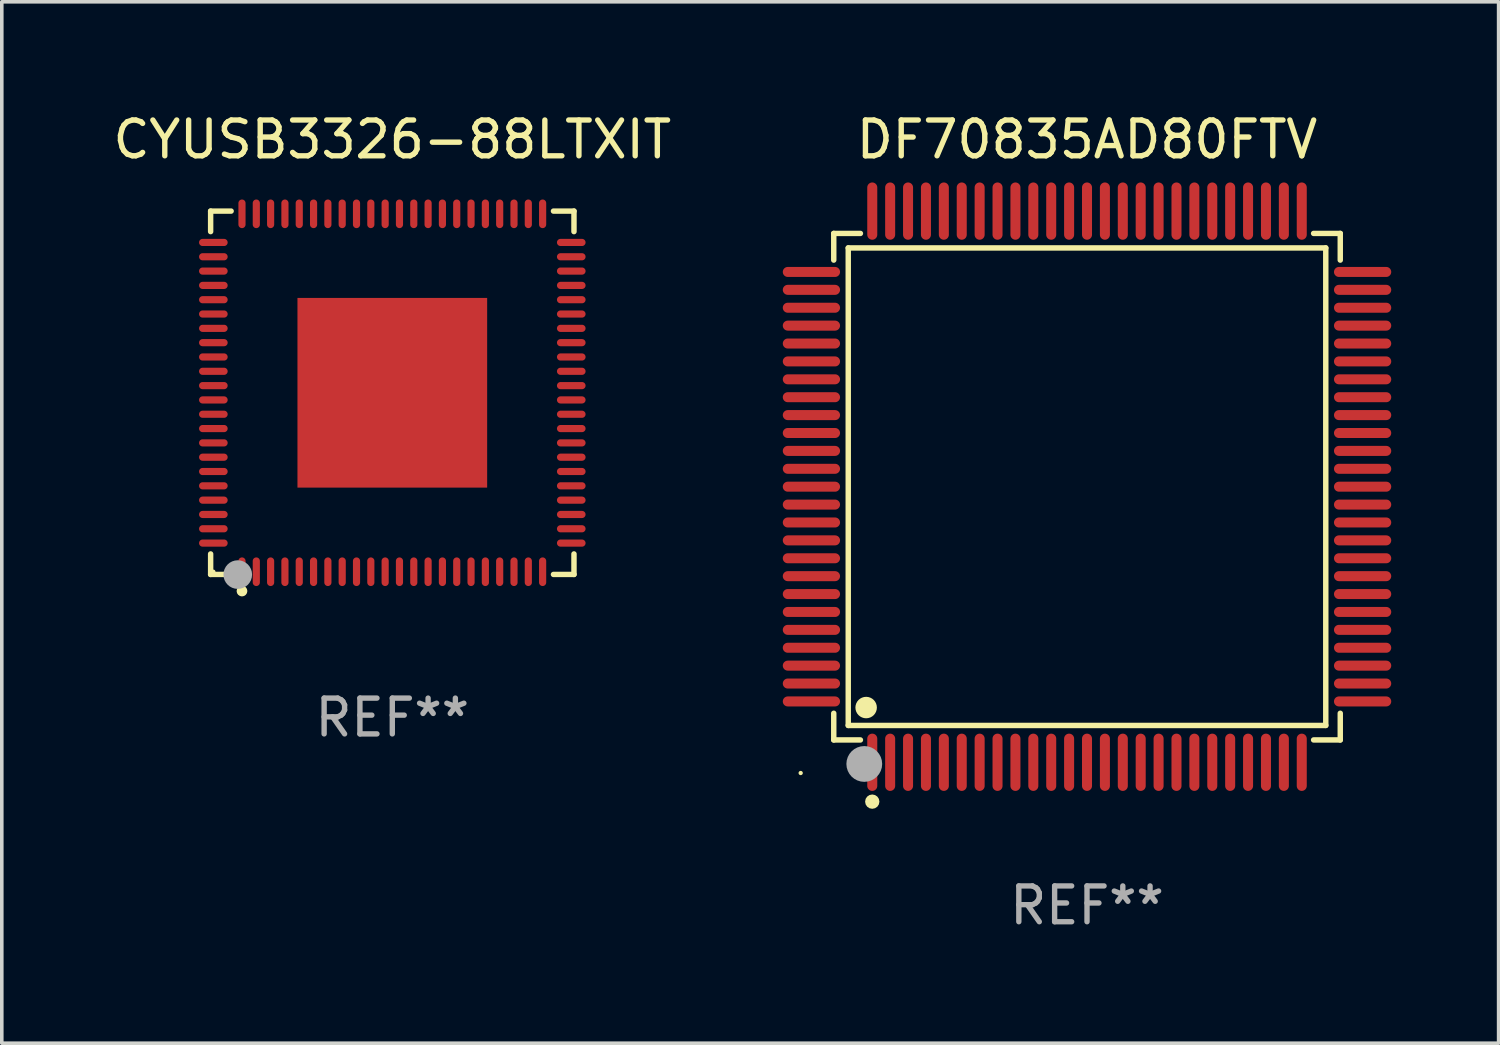
<source format=kicad_pcb>
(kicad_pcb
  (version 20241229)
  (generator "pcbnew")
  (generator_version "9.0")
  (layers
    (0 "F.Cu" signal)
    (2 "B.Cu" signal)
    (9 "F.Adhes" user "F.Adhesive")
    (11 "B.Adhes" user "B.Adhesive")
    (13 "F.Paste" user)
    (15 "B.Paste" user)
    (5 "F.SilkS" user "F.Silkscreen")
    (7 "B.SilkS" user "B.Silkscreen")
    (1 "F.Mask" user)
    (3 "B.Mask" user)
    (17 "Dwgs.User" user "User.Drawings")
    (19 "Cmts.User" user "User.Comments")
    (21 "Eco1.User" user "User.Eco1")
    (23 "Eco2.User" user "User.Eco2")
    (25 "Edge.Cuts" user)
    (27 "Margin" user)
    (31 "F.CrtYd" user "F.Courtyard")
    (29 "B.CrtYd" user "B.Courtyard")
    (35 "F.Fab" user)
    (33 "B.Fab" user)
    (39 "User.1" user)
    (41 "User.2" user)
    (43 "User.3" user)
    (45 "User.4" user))
  (footprint "DF70835AD80FTV"
    (layer "F.Cu")
    (at 27.321 10.548)
    (property "Reference" "DF70835AD80FTV" (at 0 -9.7 0) (layer "F.SilkS") (effects (font (size 1 1) (thickness 0.15))))
    (attr through_hole)
    (fp_line (start -7.076 -7.076) (end -6.331 -7.076) (stroke (width 0.152) (type solid)) (layer "F.SilkS"))
    (fp_line (start -7.076 -6.331) (end -7.076 -7.076) (stroke (width 0.152) (type solid)) (layer "F.SilkS"))
    (fp_line (start -7.076 6.331) (end -7.076 7.076) (stroke (width 0.152) (type solid)) (layer "F.SilkS"))
    (fp_line (start -7.076 7.076) (end -6.331 7.076) (stroke (width 0.152) (type solid)) (layer "F.SilkS"))
    (fp_line (start -6.671 -6.671) (end 6.671 -6.671) (stroke (width 0.152) (type solid)) (layer "F.SilkS"))
    (fp_line (start -6.671 6.671) (end -6.671 -6.671) (stroke (width 0.152) (type solid)) (layer "F.SilkS"))
    (fp_line (start 6.671 -6.671) (end 6.671 6.671) (stroke (width 0.152) (type solid)) (layer "F.SilkS"))
    (fp_line (start 6.671 6.671) (end -6.671 6.671) (stroke (width 0.152) (type solid)) (layer "F.SilkS"))
    (fp_line (start 7.076 -7.076) (end 6.331 -7.076) (stroke (width 0.152) (type solid)) (layer "F.SilkS"))
    (fp_line (start 7.076 -6.331) (end 7.076 -7.076) (stroke (width 0.152) (type solid)) (layer "F.SilkS"))
    (fp_line (start 7.076 6.331) (end 7.076 7.076) (stroke (width 0.152) (type solid)) (layer "F.SilkS"))
    (fp_line (start 7.076 7.076) (end 6.331 7.076) (stroke (width 0.152) (type solid)) (layer "F.SilkS"))
    (fp_circle (center -8 8) (end -7.97 8) (stroke (width 0.06) (type solid)) (fill no) (layer "F.SilkS"))
    (fp_circle (center -6.171 6.171) (end -6.021 6.171) (stroke (width 0.3) (type solid)) (fill no) (layer "F.SilkS"))
    (fp_circle (center -6 8.8) (end -5.9 8.8) (stroke (width 0.2) (type solid)) (fill no) (layer "F.SilkS"))
    (fp_circle (center -6.223 7.747) (end -5.973 7.747) (stroke (width 0.5) (type solid)) (fill no) (layer "F.Fab"))
    (fp_text user "REF**" (at 0 11.7 0) (layer "F.Fab") (effects (font (size 1 1) (thickness 0.15))))
    (pad "1" smd oval (at -6 7.7) (size 0.28 1.6) (layers "F.Cu" "F.Mask" "F.Paste"))
    (pad "2" smd oval (at -5.5 7.7) (size 0.28 1.6) (layers "F.Cu" "F.Mask" "F.Paste"))
    (pad "3" smd oval (at -5 7.7) (size 0.28 1.6) (layers "F.Cu" "F.Mask" "F.Paste"))
    (pad "4" smd oval (at -4.5 7.7) (size 0.28 1.6) (layers "F.Cu" "F.Mask" "F.Paste"))
    (pad "5" smd oval (at -4 7.7) (size 0.28 1.6) (layers "F.Cu" "F.Mask" "F.Paste"))
    (pad "6" smd oval (at -3.5 7.7) (size 0.28 1.6) (layers "F.Cu" "F.Mask" "F.Paste"))
    (pad "7" smd oval (at -3 7.7) (size 0.28 1.6) (layers "F.Cu" "F.Mask" "F.Paste"))
    (pad "8" smd oval (at -2.5 7.7) (size 0.28 1.6) (layers "F.Cu" "F.Mask" "F.Paste"))
    (pad "9" smd oval (at -2 7.7) (size 0.28 1.6) (layers "F.Cu" "F.Mask" "F.Paste"))
    (pad "10" smd oval (at -1.5 7.7) (size 0.28 1.6) (layers "F.Cu" "F.Mask" "F.Paste"))
    (pad "11" smd oval (at -1 7.7) (size 0.28 1.6) (layers "F.Cu" "F.Mask" "F.Paste"))
    (pad "12" smd oval (at -0.5 7.7) (size 0.28 1.6) (layers "F.Cu" "F.Mask" "F.Paste"))
    (pad "13" smd oval (at 0 7.7) (size 0.28 1.6) (layers "F.Cu" "F.Mask" "F.Paste"))
    (pad "14" smd oval (at 0.5 7.7) (size 0.28 1.6) (layers "F.Cu" "F.Mask" "F.Paste"))
    (pad "15" smd oval (at 1 7.7) (size 0.28 1.6) (layers "F.Cu" "F.Mask" "F.Paste"))
    (pad "16" smd oval (at 1.5 7.7) (size 0.28 1.6) (layers "F.Cu" "F.Mask" "F.Paste"))
    (pad "17" smd oval (at 2 7.7) (size 0.28 1.6) (layers "F.Cu" "F.Mask" "F.Paste"))
    (pad "18" smd oval (at 2.5 7.7) (size 0.28 1.6) (layers "F.Cu" "F.Mask" "F.Paste"))
    (pad "19" smd oval (at 3 7.7) (size 0.28 1.6) (layers "F.Cu" "F.Mask" "F.Paste"))
    (pad "20" smd oval (at 3.5 7.7) (size 0.28 1.6) (layers "F.Cu" "F.Mask" "F.Paste"))
    (pad "21" smd oval (at 4 7.7) (size 0.28 1.6) (layers "F.Cu" "F.Mask" "F.Paste"))
    (pad "22" smd oval (at 4.5 7.7) (size 0.28 1.6) (layers "F.Cu" "F.Mask" "F.Paste"))
    (pad "23" smd oval (at 5 7.7) (size 0.28 1.6) (layers "F.Cu" "F.Mask" "F.Paste"))
    (pad "24" smd oval (at 5.5 7.7) (size 0.28 1.6) (layers "F.Cu" "F.Mask" "F.Paste"))
    (pad "25" smd oval (at 6 7.7) (size 0.28 1.6) (layers "F.Cu" "F.Mask" "F.Paste"))
    (pad "26" smd oval (at 7.7 6) (size 1.6 0.28) (layers "F.Cu" "F.Mask" "F.Paste"))
    (pad "27" smd oval (at 7.7 5.5) (size 1.6 0.28) (layers "F.Cu" "F.Mask" "F.Paste"))
    (pad "28" smd oval (at 7.7 5) (size 1.6 0.28) (layers "F.Cu" "F.Mask" "F.Paste"))
    (pad "29" smd oval (at 7.7 4.5) (size 1.6 0.28) (layers "F.Cu" "F.Mask" "F.Paste"))
    (pad "30" smd oval (at 7.7 4) (size 1.6 0.28) (layers "F.Cu" "F.Mask" "F.Paste"))
    (pad "31" smd oval (at 7.7 3.5) (size 1.6 0.28) (layers "F.Cu" "F.Mask" "F.Paste"))
    (pad "32" smd oval (at 7.7 3) (size 1.6 0.28) (layers "F.Cu" "F.Mask" "F.Paste"))
    (pad "33" smd oval (at 7.7 2.5) (size 1.6 0.28) (layers "F.Cu" "F.Mask" "F.Paste"))
    (pad "34" smd oval (at 7.7 2) (size 1.6 0.28) (layers "F.Cu" "F.Mask" "F.Paste"))
    (pad "35" smd oval (at 7.7 1.5) (size 1.6 0.28) (layers "F.Cu" "F.Mask" "F.Paste"))
    (pad "36" smd oval (at 7.7 1) (size 1.6 0.28) (layers "F.Cu" "F.Mask" "F.Paste"))
    (pad "37" smd oval (at 7.7 0.5) (size 1.6 0.28) (layers "F.Cu" "F.Mask" "F.Paste"))
    (pad "38" smd oval (at 7.7 0) (size 1.6 0.28) (layers "F.Cu" "F.Mask" "F.Paste"))
    (pad "39" smd oval (at 7.7 -0.5) (size 1.6 0.28) (layers "F.Cu" "F.Mask" "F.Paste"))
    (pad "40" smd oval (at 7.7 -1) (size 1.6 0.28) (layers "F.Cu" "F.Mask" "F.Paste"))
    (pad "41" smd oval (at 7.7 -1.5) (size 1.6 0.28) (layers "F.Cu" "F.Mask" "F.Paste"))
    (pad "42" smd oval (at 7.7 -2) (size 1.6 0.28) (layers "F.Cu" "F.Mask" "F.Paste"))
    (pad "43" smd oval (at 7.7 -2.5) (size 1.6 0.28) (layers "F.Cu" "F.Mask" "F.Paste"))
    (pad "44" smd oval (at 7.7 -3) (size 1.6 0.28) (layers "F.Cu" "F.Mask" "F.Paste"))
    (pad "45" smd oval (at 7.7 -3.5) (size 1.6 0.28) (layers "F.Cu" "F.Mask" "F.Paste"))
    (pad "46" smd oval (at 7.7 -4) (size 1.6 0.28) (layers "F.Cu" "F.Mask" "F.Paste"))
    (pad "47" smd oval (at 7.7 -4.5) (size 1.6 0.28) (layers "F.Cu" "F.Mask" "F.Paste"))
    (pad "48" smd oval (at 7.7 -5) (size 1.6 0.28) (layers "F.Cu" "F.Mask" "F.Paste"))
    (pad "49" smd oval (at 7.7 -5.5) (size 1.6 0.28) (layers "F.Cu" "F.Mask" "F.Paste"))
    (pad "50" smd oval (at 7.7 -6) (size 1.6 0.28) (layers "F.Cu" "F.Mask" "F.Paste"))
    (pad "51" smd oval (at 6 -7.7) (size 0.28 1.6) (layers "F.Cu" "F.Mask" "F.Paste"))
    (pad "52" smd oval (at 5.5 -7.7) (size 0.28 1.6) (layers "F.Cu" "F.Mask" "F.Paste"))
    (pad "53" smd oval (at 5 -7.7) (size 0.28 1.6) (layers "F.Cu" "F.Mask" "F.Paste"))
    (pad "54" smd oval (at 4.5 -7.7) (size 0.28 1.6) (layers "F.Cu" "F.Mask" "F.Paste"))
    (pad "55" smd oval (at 4 -7.7) (size 0.28 1.6) (layers "F.Cu" "F.Mask" "F.Paste"))
    (pad "56" smd oval (at 3.5 -7.7) (size 0.28 1.6) (layers "F.Cu" "F.Mask" "F.Paste"))
    (pad "57" smd oval (at 3 -7.7) (size 0.28 1.6) (layers "F.Cu" "F.Mask" "F.Paste"))
    (pad "58" smd oval (at 2.5 -7.7) (size 0.28 1.6) (layers "F.Cu" "F.Mask" "F.Paste"))
    (pad "59" smd oval (at 2 -7.7) (size 0.28 1.6) (layers "F.Cu" "F.Mask" "F.Paste"))
    (pad "60" smd oval (at 1.5 -7.7) (size 0.28 1.6) (layers "F.Cu" "F.Mask" "F.Paste"))
    (pad "61" smd oval (at 1 -7.7) (size 0.28 1.6) (layers "F.Cu" "F.Mask" "F.Paste"))
    (pad "62" smd oval (at 0.5 -7.7) (size 0.28 1.6) (layers "F.Cu" "F.Mask" "F.Paste"))
    (pad "63" smd oval (at 0 -7.7) (size 0.28 1.6) (layers "F.Cu" "F.Mask" "F.Paste"))
    (pad "64" smd oval (at -0.5 -7.7) (size 0.28 1.6) (layers "F.Cu" "F.Mask" "F.Paste"))
    (pad "65" smd oval (at -1 -7.7) (size 0.28 1.6) (layers "F.Cu" "F.Mask" "F.Paste"))
    (pad "66" smd oval (at -1.5 -7.7) (size 0.28 1.6) (layers "F.Cu" "F.Mask" "F.Paste"))
    (pad "67" smd oval (at -2 -7.7) (size 0.28 1.6) (layers "F.Cu" "F.Mask" "F.Paste"))
    (pad "68" smd oval (at -2.5 -7.7) (size 0.28 1.6) (layers "F.Cu" "F.Mask" "F.Paste"))
    (pad "69" smd oval (at -3 -7.7) (size 0.28 1.6) (layers "F.Cu" "F.Mask" "F.Paste"))
    (pad "70" smd oval (at -3.5 -7.7) (size 0.28 1.6) (layers "F.Cu" "F.Mask" "F.Paste"))
    (pad "71" smd oval (at -4 -7.7) (size 0.28 1.6) (layers "F.Cu" "F.Mask" "F.Paste"))
    (pad "72" smd oval (at -4.5 -7.7) (size 0.28 1.6) (layers "F.Cu" "F.Mask" "F.Paste"))
    (pad "73" smd oval (at -5 -7.7) (size 0.28 1.6) (layers "F.Cu" "F.Mask" "F.Paste"))
    (pad "74" smd oval (at -5.5 -7.7) (size 0.28 1.6) (layers "F.Cu" "F.Mask" "F.Paste"))
    (pad "75" smd oval (at -6 -7.7) (size 0.28 1.6) (layers "F.Cu" "F.Mask" "F.Paste"))
    (pad "76" smd oval (at -7.7 -6) (size 1.6 0.28) (layers "F.Cu" "F.Mask" "F.Paste"))
    (pad "77" smd oval (at -7.7 -5.5) (size 1.6 0.28) (layers "F.Cu" "F.Mask" "F.Paste"))
    (pad "78" smd oval (at -7.7 -5) (size 1.6 0.28) (layers "F.Cu" "F.Mask" "F.Paste"))
    (pad "79" smd oval (at -7.7 -4.5) (size 1.6 0.28) (layers "F.Cu" "F.Mask" "F.Paste"))
    (pad "80" smd oval (at -7.7 -4) (size 1.6 0.28) (layers "F.Cu" "F.Mask" "F.Paste"))
    (pad "81" smd oval (at -7.7 -3.5) (size 1.6 0.28) (layers "F.Cu" "F.Mask" "F.Paste"))
    (pad "82" smd oval (at -7.7 -3) (size 1.6 0.28) (layers "F.Cu" "F.Mask" "F.Paste"))
    (pad "83" smd oval (at -7.7 -2.5) (size 1.6 0.28) (layers "F.Cu" "F.Mask" "F.Paste"))
    (pad "84" smd oval (at -7.7 -2) (size 1.6 0.28) (layers "F.Cu" "F.Mask" "F.Paste"))
    (pad "85" smd oval (at -7.7 -1.5) (size 1.6 0.28) (layers "F.Cu" "F.Mask" "F.Paste"))
    (pad "86" smd oval (at -7.7 -1) (size 1.6 0.28) (layers "F.Cu" "F.Mask" "F.Paste"))
    (pad "87" smd oval (at -7.7 -0.5) (size 1.6 0.28) (layers "F.Cu" "F.Mask" "F.Paste"))
    (pad "88" smd oval (at -7.7 0) (size 1.6 0.28) (layers "F.Cu" "F.Mask" "F.Paste"))
    (pad "89" smd oval (at -7.7 0.5) (size 1.6 0.28) (layers "F.Cu" "F.Mask" "F.Paste"))
    (pad "90" smd oval (at -7.7 1) (size 1.6 0.28) (layers "F.Cu" "F.Mask" "F.Paste"))
    (pad "91" smd oval (at -7.7 1.5) (size 1.6 0.28) (layers "F.Cu" "F.Mask" "F.Paste"))
    (pad "92" smd oval (at -7.7 2) (size 1.6 0.28) (layers "F.Cu" "F.Mask" "F.Paste"))
    (pad "93" smd oval (at -7.7 2.5) (size 1.6 0.28) (layers "F.Cu" "F.Mask" "F.Paste"))
    (pad "94" smd oval (at -7.7 3) (size 1.6 0.28) (layers "F.Cu" "F.Mask" "F.Paste"))
    (pad "95" smd oval (at -7.7 3.5) (size 1.6 0.28) (layers "F.Cu" "F.Mask" "F.Paste"))
    (pad "96" smd oval (at -7.7 4) (size 1.6 0.28) (layers "F.Cu" "F.Mask" "F.Paste"))
    (pad "97" smd oval (at -7.7 4.5) (size 1.6 0.28) (layers "F.Cu" "F.Mask" "F.Paste"))
    (pad "98" smd oval (at -7.7 5) (size 1.6 0.28) (layers "F.Cu" "F.Mask" "F.Paste"))
    (pad "99" smd oval (at -7.7 5.5) (size 1.6 0.28) (layers "F.Cu" "F.Mask" "F.Paste"))
    (pad "100" smd oval (at -7.7 6) (size 1.6 0.28) (layers "F.Cu" "F.Mask" "F.Paste")))
  (footprint "CYUSB3326-88LTXIT"
    (layer "F.Cu")
    (at 7.911 7.924)
    (property "Reference" "CYUSB3326-88LTXIT" (at 0 -7.076 0) (layer "F.SilkS") (effects (font (size 1 1) (thickness 0.15))))
    (attr through_hole)
    (fp_line (start -5.076 -5.076) (end -4.503 -5.076) (stroke (width 0.152) (type solid)) (layer "F.SilkS"))
    (fp_line (start -5.076 -4.503) (end -5.076 -5.076) (stroke (width 0.152) (type solid)) (layer "F.SilkS"))
    (fp_line (start -5.076 4.503) (end -5.076 5.076) (stroke (width 0.152) (type solid)) (layer "F.SilkS"))
    (fp_line (start -5.076 5.076) (end -4.503 5.076) (stroke (width 0.152) (type solid)) (layer "F.SilkS"))
    (fp_line (start 5.076 -5.076) (end 4.503 -5.076) (stroke (width 0.152) (type solid)) (layer "F.SilkS"))
    (fp_line (start 5.076 -4.503) (end 5.076 -5.076) (stroke (width 0.152) (type solid)) (layer "F.SilkS"))
    (fp_line (start 5.076 4.503) (end 5.076 5.076) (stroke (width 0.152) (type solid)) (layer "F.SilkS"))
    (fp_line (start 5.076 5.076) (end 4.503 5.076) (stroke (width 0.152) (type solid)) (layer "F.SilkS"))
    (fp_circle (center -5 5) (end -4.97 5) (stroke (width 0.06) (type solid)) (fill no) (layer "F.SilkS"))
    (fp_circle (center -4.2 5.54) (end -4.125 5.54) (stroke (width 0.15) (type solid)) (fill no) (layer "F.SilkS"))
    (fp_circle (center -4.318 5.08) (end -4.118 5.08) (stroke (width 0.4) (type solid)) (fill no) (layer "F.Fab"))
    (fp_text user "REF**" (at 0 9.076 0) (layer "F.Fab") (effects (font (size 1 1) (thickness 0.15))))
    (pad "1" smd oval (at -4.2 5) (size 0.2 0.8) (layers "F.Cu" "F.Mask" "F.Paste"))
    (pad "2" smd oval (at -3.8 5) (size 0.2 0.8) (layers "F.Cu" "F.Mask" "F.Paste"))
    (pad "3" smd oval (at -3.4 5) (size 0.2 0.8) (layers "F.Cu" "F.Mask" "F.Paste"))
    (pad "4" smd oval (at -3 5) (size 0.2 0.8) (layers "F.Cu" "F.Mask" "F.Paste"))
    (pad "5" smd oval (at -2.6 5) (size 0.2 0.8) (layers "F.Cu" "F.Mask" "F.Paste"))
    (pad "6" smd oval (at -2.2 5) (size 0.2 0.8) (layers "F.Cu" "F.Mask" "F.Paste"))
    (pad "7" smd oval (at -1.8 5) (size 0.2 0.8) (layers "F.Cu" "F.Mask" "F.Paste"))
    (pad "8" smd oval (at -1.4 5) (size 0.2 0.8) (layers "F.Cu" "F.Mask" "F.Paste"))
    (pad "9" smd oval (at -1 5) (size 0.2 0.8) (layers "F.Cu" "F.Mask" "F.Paste"))
    (pad "10" smd oval (at -0.6 5) (size 0.2 0.8) (layers "F.Cu" "F.Mask" "F.Paste"))
    (pad "11" smd oval (at -0.2 5) (size 0.2 0.8) (layers "F.Cu" "F.Mask" "F.Paste"))
    (pad "12" smd oval (at 0.2 5) (size 0.2 0.8) (layers "F.Cu" "F.Mask" "F.Paste"))
    (pad "13" smd oval (at 0.6 5) (size 0.2 0.8) (layers "F.Cu" "F.Mask" "F.Paste"))
    (pad "14" smd oval (at 1 5) (size 0.2 0.8) (layers "F.Cu" "F.Mask" "F.Paste"))
    (pad "15" smd oval (at 1.4 5) (size 0.2 0.8) (layers "F.Cu" "F.Mask" "F.Paste"))
    (pad "16" smd oval (at 1.8 5) (size 0.2 0.8) (layers "F.Cu" "F.Mask" "F.Paste"))
    (pad "17" smd oval (at 2.2 5) (size 0.2 0.8) (layers "F.Cu" "F.Mask" "F.Paste"))
    (pad "18" smd oval (at 2.6 5) (size 0.2 0.8) (layers "F.Cu" "F.Mask" "F.Paste"))
    (pad "19" smd oval (at 3 5) (size 0.2 0.8) (layers "F.Cu" "F.Mask" "F.Paste"))
    (pad "20" smd oval (at 3.4 5) (size 0.2 0.8) (layers "F.Cu" "F.Mask" "F.Paste"))
    (pad "21" smd oval (at 3.8 5) (size 0.2 0.8) (layers "F.Cu" "F.Mask" "F.Paste"))
    (pad "22" smd oval (at 4.2 5) (size 0.2 0.8) (layers "F.Cu" "F.Mask" "F.Paste"))
    (pad "23" smd oval (at 5 4.2) (size 0.8 0.2) (layers "F.Cu" "F.Mask" "F.Paste"))
    (pad "24" smd oval (at 5 3.8) (size 0.8 0.2) (layers "F.Cu" "F.Mask" "F.Paste"))
    (pad "25" smd oval (at 5 3.4) (size 0.8 0.2) (layers "F.Cu" "F.Mask" "F.Paste"))
    (pad "26" smd oval (at 5 3) (size 0.8 0.2) (layers "F.Cu" "F.Mask" "F.Paste"))
    (pad "27" smd oval (at 5 2.6) (size 0.8 0.2) (layers "F.Cu" "F.Mask" "F.Paste"))
    (pad "28" smd oval (at 5 2.2) (size 0.8 0.2) (layers "F.Cu" "F.Mask" "F.Paste"))
    (pad "29" smd oval (at 5 1.8) (size 0.8 0.2) (layers "F.Cu" "F.Mask" "F.Paste"))
    (pad "30" smd oval (at 5 1.4) (size 0.8 0.2) (layers "F.Cu" "F.Mask" "F.Paste"))
    (pad "31" smd oval (at 5 1) (size 0.8 0.2) (layers "F.Cu" "F.Mask" "F.Paste"))
    (pad "32" smd oval (at 5 0.6) (size 0.8 0.2) (layers "F.Cu" "F.Mask" "F.Paste"))
    (pad "33" smd oval (at 5 0.2) (size 0.8 0.2) (layers "F.Cu" "F.Mask" "F.Paste"))
    (pad "34" smd oval (at 5 -0.2) (size 0.8 0.2) (layers "F.Cu" "F.Mask" "F.Paste"))
    (pad "35" smd oval (at 5 -0.6) (size 0.8 0.2) (layers "F.Cu" "F.Mask" "F.Paste"))
    (pad "36" smd oval (at 5 -1) (size 0.8 0.2) (layers "F.Cu" "F.Mask" "F.Paste"))
    (pad "37" smd oval (at 5 -1.4) (size 0.8 0.2) (layers "F.Cu" "F.Mask" "F.Paste"))
    (pad "38" smd oval (at 5 -1.8) (size 0.8 0.2) (layers "F.Cu" "F.Mask" "F.Paste"))
    (pad "39" smd oval (at 5 -2.2) (size 0.8 0.2) (layers "F.Cu" "F.Mask" "F.Paste"))
    (pad "40" smd oval (at 5 -2.6) (size 0.8 0.2) (layers "F.Cu" "F.Mask" "F.Paste"))
    (pad "41" smd oval (at 5 -3) (size 0.8 0.2) (layers "F.Cu" "F.Mask" "F.Paste"))
    (pad "42" smd oval (at 5 -3.4) (size 0.8 0.2) (layers "F.Cu" "F.Mask" "F.Paste"))
    (pad "43" smd oval (at 5 -3.8) (size 0.8 0.2) (layers "F.Cu" "F.Mask" "F.Paste"))
    (pad "44" smd oval (at 5 -4.2) (size 0.8 0.2) (layers "F.Cu" "F.Mask" "F.Paste"))
    (pad "45" smd oval (at 4.2 -5) (size 0.2 0.8) (layers "F.Cu" "F.Mask" "F.Paste"))
    (pad "46" smd oval (at 3.8 -5) (size 0.2 0.8) (layers "F.Cu" "F.Mask" "F.Paste"))
    (pad "47" smd oval (at 3.4 -5) (size 0.2 0.8) (layers "F.Cu" "F.Mask" "F.Paste"))
    (pad "48" smd oval (at 3 -5) (size 0.2 0.8) (layers "F.Cu" "F.Mask" "F.Paste"))
    (pad "49" smd oval (at 2.6 -5) (size 0.2 0.8) (layers "F.Cu" "F.Mask" "F.Paste"))
    (pad "50" smd oval (at 2.2 -5) (size 0.2 0.8) (layers "F.Cu" "F.Mask" "F.Paste"))
    (pad "51" smd oval (at 1.8 -5) (size 0.2 0.8) (layers "F.Cu" "F.Mask" "F.Paste"))
    (pad "52" smd oval (at 1.4 -5) (size 0.2 0.8) (layers "F.Cu" "F.Mask" "F.Paste"))
    (pad "53" smd oval (at 1 -5) (size 0.2 0.8) (layers "F.Cu" "F.Mask" "F.Paste"))
    (pad "54" smd oval (at 0.6 -5) (size 0.2 0.8) (layers "F.Cu" "F.Mask" "F.Paste"))
    (pad "55" smd oval (at 0.2 -5) (size 0.2 0.8) (layers "F.Cu" "F.Mask" "F.Paste"))
    (pad "56" smd oval (at -0.2 -5) (size 0.2 0.8) (layers "F.Cu" "F.Mask" "F.Paste"))
    (pad "57" smd oval (at -0.6 -5) (size 0.2 0.8) (layers "F.Cu" "F.Mask" "F.Paste"))
    (pad "58" smd oval (at -1 -5) (size 0.2 0.8) (layers "F.Cu" "F.Mask" "F.Paste"))
    (pad "59" smd oval (at -1.4 -5) (size 0.2 0.8) (layers "F.Cu" "F.Mask" "F.Paste"))
    (pad "60" smd oval (at -1.8 -5) (size 0.2 0.8) (layers "F.Cu" "F.Mask" "F.Paste"))
    (pad "61" smd oval (at -2.2 -5) (size 0.2 0.8) (layers "F.Cu" "F.Mask" "F.Paste"))
    (pad "62" smd oval (at -2.6 -5) (size 0.2 0.8) (layers "F.Cu" "F.Mask" "F.Paste"))
    (pad "63" smd oval (at -3 -5) (size 0.2 0.8) (layers "F.Cu" "F.Mask" "F.Paste"))
    (pad "64" smd oval (at -3.4 -5) (size 0.2 0.8) (layers "F.Cu" "F.Mask" "F.Paste"))
    (pad "65" smd oval (at -3.8 -5) (size 0.2 0.8) (layers "F.Cu" "F.Mask" "F.Paste"))
    (pad "66" smd oval (at -4.2 -5) (size 0.2 0.8) (layers "F.Cu" "F.Mask" "F.Paste"))
    (pad "67" smd oval (at -5 -4.2) (size 0.8 0.2) (layers "F.Cu" "F.Mask" "F.Paste"))
    (pad "68" smd oval (at -5 -3.8) (size 0.8 0.2) (layers "F.Cu" "F.Mask" "F.Paste"))
    (pad "69" smd oval (at -5 -3.4) (size 0.8 0.2) (layers "F.Cu" "F.Mask" "F.Paste"))
    (pad "70" smd oval (at -5 -3) (size 0.8 0.2) (layers "F.Cu" "F.Mask" "F.Paste"))
    (pad "71" smd oval (at -5 -2.6) (size 0.8 0.2) (layers "F.Cu" "F.Mask" "F.Paste"))
    (pad "72" smd oval (at -5 -2.2) (size 0.8 0.2) (layers "F.Cu" "F.Mask" "F.Paste"))
    (pad "73" smd oval (at -5 -1.8) (size 0.8 0.2) (layers "F.Cu" "F.Mask" "F.Paste"))
    (pad "74" smd oval (at -5 -1.4) (size 0.8 0.2) (layers "F.Cu" "F.Mask" "F.Paste"))
    (pad "75" smd oval (at -5 -1) (size 0.8 0.2) (layers "F.Cu" "F.Mask" "F.Paste"))
    (pad "76" smd oval (at -5 -0.6) (size 0.8 0.2) (layers "F.Cu" "F.Mask" "F.Paste"))
    (pad "77" smd oval (at -5 -0.2) (size 0.8 0.2) (layers "F.Cu" "F.Mask" "F.Paste"))
    (pad "78" smd oval (at -5 0.2) (size 0.8 0.2) (layers "F.Cu" "F.Mask" "F.Paste"))
    (pad "79" smd oval (at -5 0.6) (size 0.8 0.2) (layers "F.Cu" "F.Mask" "F.Paste"))
    (pad "80" smd oval (at -5 1) (size 0.8 0.2) (layers "F.Cu" "F.Mask" "F.Paste"))
    (pad "81" smd oval (at -5 1.4) (size 0.8 0.2) (layers "F.Cu" "F.Mask" "F.Paste"))
    (pad "82" smd oval (at -5 1.8) (size 0.8 0.2) (layers "F.Cu" "F.Mask" "F.Paste"))
    (pad "83" smd oval (at -5 2.2) (size 0.8 0.2) (layers "F.Cu" "F.Mask" "F.Paste"))
    (pad "84" smd oval (at -5 2.6) (size 0.8 0.2) (layers "F.Cu" "F.Mask" "F.Paste"))
    (pad "85" smd oval (at -5 3) (size 0.8 0.2) (layers "F.Cu" "F.Mask" "F.Paste"))
    (pad "86" smd oval (at -5 3.4) (size 0.8 0.2) (layers "F.Cu" "F.Mask" "F.Paste"))
    (pad "87" smd oval (at -5 3.8) (size 0.8 0.2) (layers "F.Cu" "F.Mask" "F.Paste"))
    (pad "88" smd oval (at -5 4.2) (size 0.8 0.2) (layers "F.Cu" "F.Mask" "F.Paste"))
    (pad "89" smd rect (at 0 0) (size 5.3 5.3) (layers "F.Cu" "F.Mask" "F.Paste")))
  (gr_rect
    (start -3 -3)
    (end 38.821 26.097)
    (stroke (width 0.1) (type default))
    (fill no)
    (layer "Edge.Cuts")))
</source>
